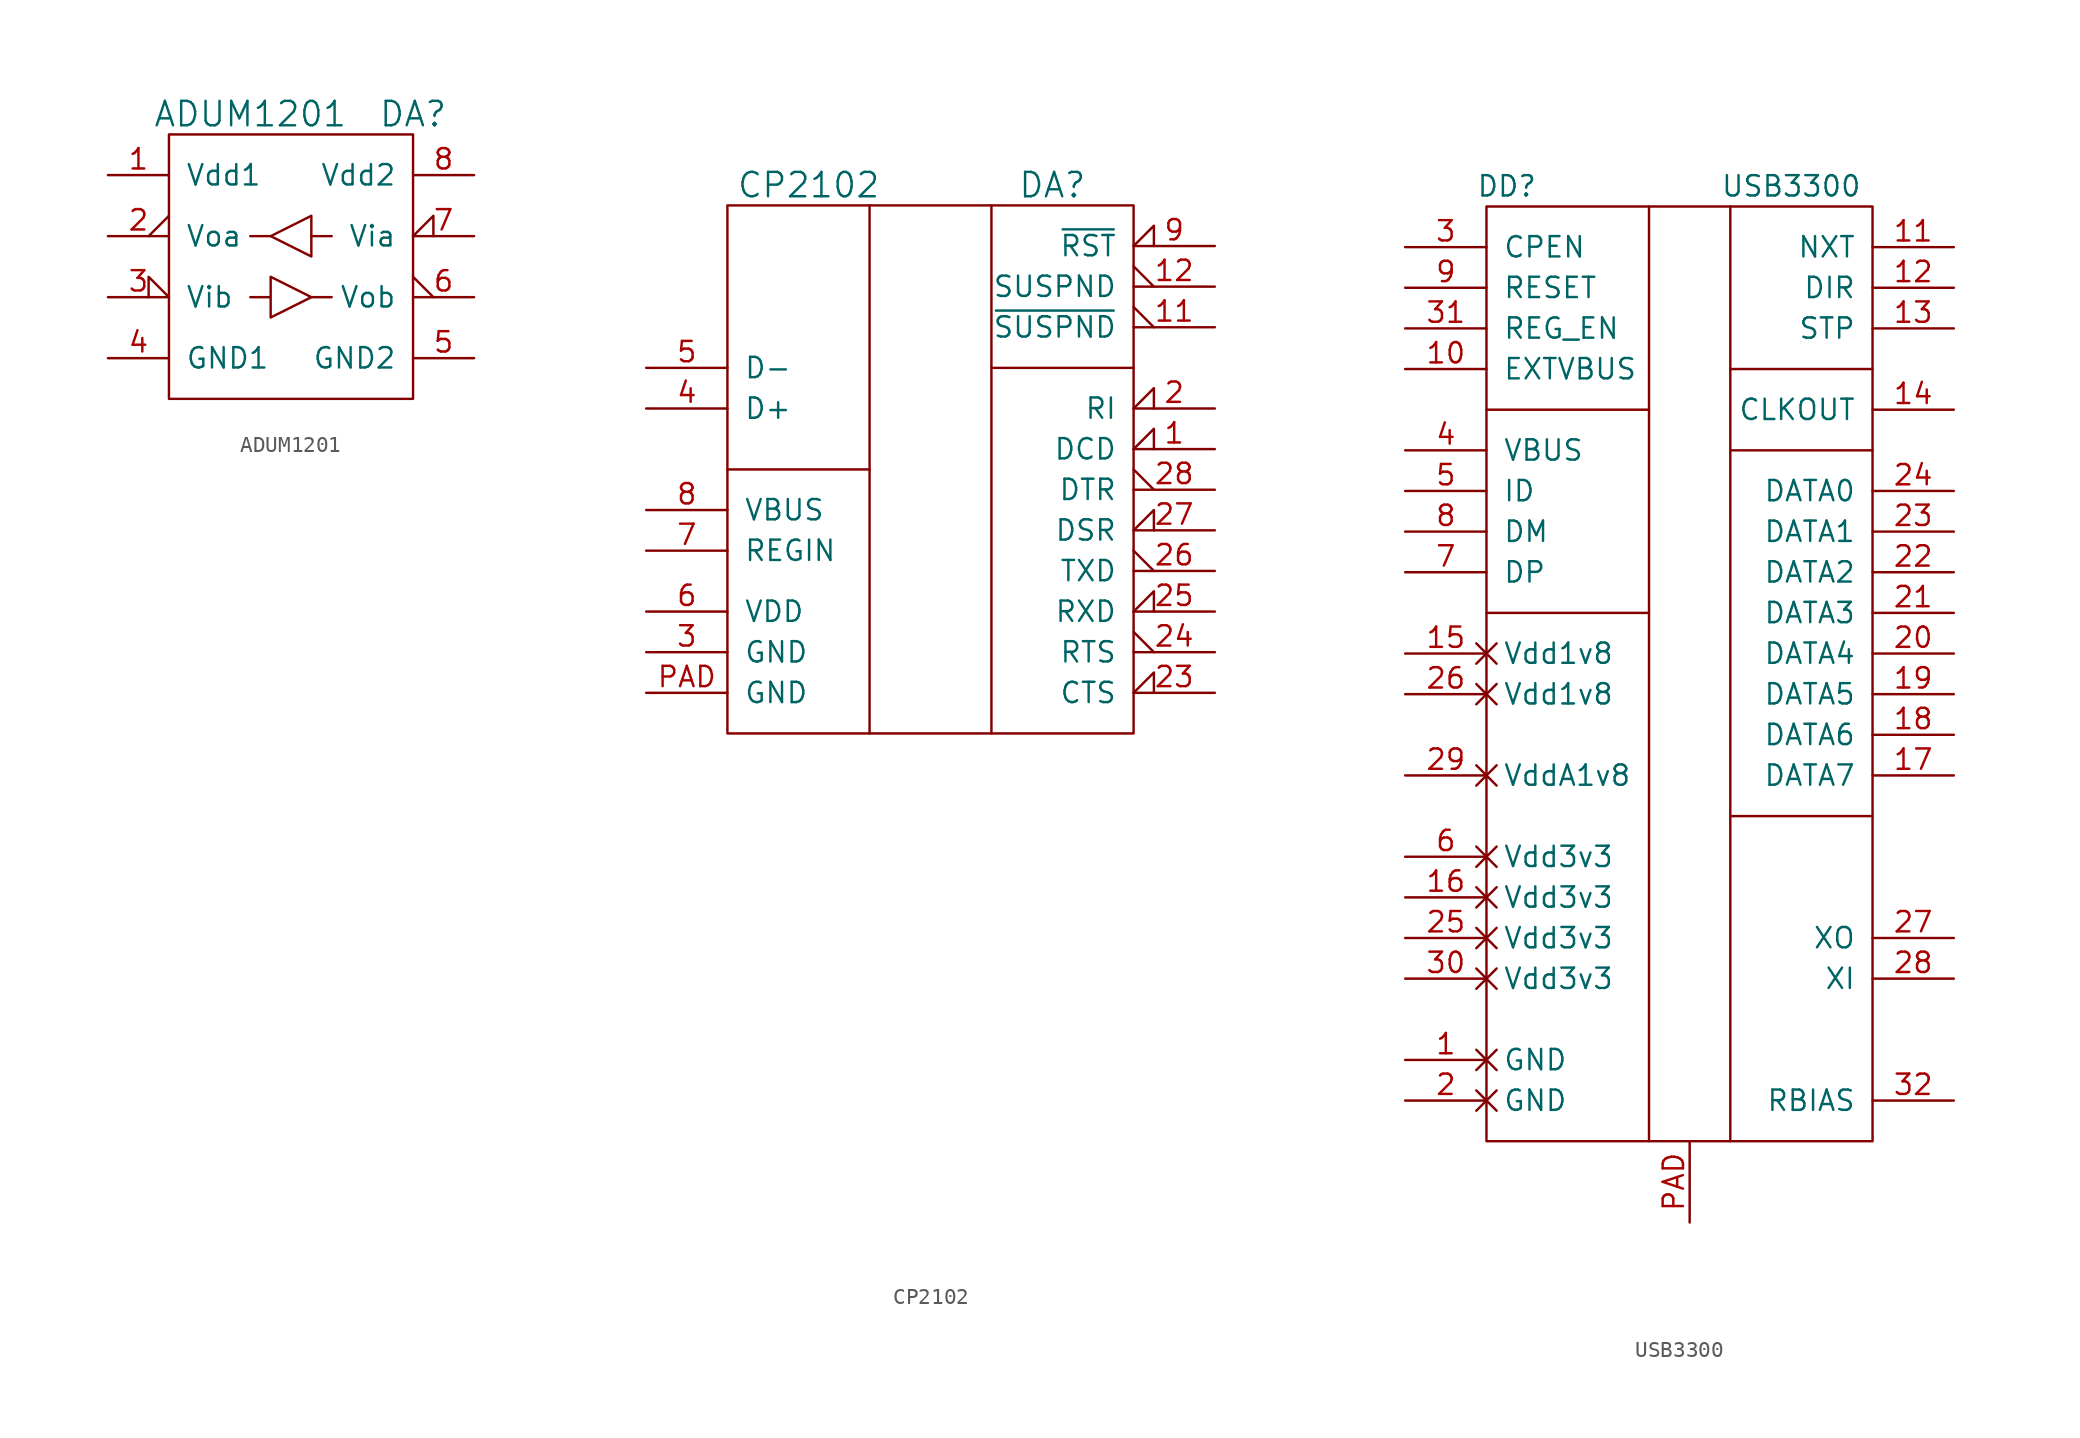
<source format=kicad_sym>
(kicad_symbol_lib
  (version 20231120)
  (generator "kicad_symbol_editor")
  (generator_version "8.0")
  (symbol "ADUM1201"
    (pin_names
      (offset 1.016))
    (property "Reference" "DA"
      (at 7.62 8.89 0)
      (effects (font (size 1.524 1.524))))
    (property "Value" "ADUM1201"
      (at -2.54 8.89 0)
      (effects (font (size 1.524 1.524))))
    (property "Footprint" ""
      (at 0 -1.27 0)
      (effects (font (size 1.524 1.524))))
    (property "Datasheet" ""
      (at 0 -1.27 0)
      (effects (font (size 1.524 1.524))))
    (symbol "ADUM1201_0_1"
      (rectangle (start -7.62 7.62) (end 7.62 -8.89) (stroke (width 0) (type default)) (fill (type none)))
      (polyline (pts (xy -1.27 1.27) (xy -2.54 1.27)) (stroke (width 0) (type default)) (fill (type none)))
      (polyline (pts (xy 1.27 -2.54) (xy 2.54 -2.54)) (stroke (width 0) (type default)) (fill (type none)))
      (polyline (pts (xy 1.27 1.27) (xy 2.54 1.27)) (stroke (width 0) (type default)) (fill (type none)))
      (polyline (pts (xy 1.27 2.54) (xy 1.27 0) (xy -1.27 1.27) (xy 1.27 2.54)) (stroke (width 0) (type default)) (fill (type none)))
      (polyline (pts (xy -2.54 -2.54) (xy -1.27 -2.54) (xy -1.27 -1.27) (xy 1.27 -2.54) (xy -1.27 -3.81) (xy -1.27 -2.54)) (stroke (width 0) (type default)) (fill (type none))))
    (symbol "ADUM1201_1_1"
      (pin power_in line (at -11.43 5.08 0) (length 3.81) (name "Vdd1" (effects (font (size 1.27 1.27)))) (number "1" (effects (font (size 1.27 1.27)))))
      (pin passive output_low (at -11.43 1.27 0) (length 3.81) (name "Voa" (effects (font (size 1.27 1.27)))) (number "2" (effects (font (size 1.27 1.27)))))
      (pin passive input_low (at -11.43 -2.54 0) (length 3.81) (name "Vib" (effects (font (size 1.27 1.27)))) (number "3" (effects (font (size 1.27 1.27)))))
      (pin power_in line (at -11.43 -6.35 0) (length 3.81) (name "GND1" (effects (font (size 1.27 1.27)))) (number "4" (effects (font (size 1.27 1.27)))))
      (pin power_in line (at 11.43 -6.35 180) (length 3.81) (name "GND2" (effects (font (size 1.27 1.27)))) (number "5" (effects (font (size 1.27 1.27)))))
      (pin passive output_low (at 11.43 -2.54 180) (length 3.81) (name "Vob" (effects (font (size 1.27 1.27)))) (number "6" (effects (font (size 1.27 1.27)))))
      (pin passive input_low (at 11.43 1.27 180) (length 3.81) (name "Via" (effects (font (size 1.27 1.27)))) (number "7" (effects (font (size 1.27 1.27)))))
      (pin power_in line (at 11.43 5.08 180) (length 3.81) (name "Vdd2" (effects (font (size 1.27 1.27)))) (number "8" (effects (font (size 1.27 1.27)))))))
  (symbol "CP2102"
    (pin_names
      (offset 1.016))
    (property "Reference" "DA"
      (at 7.62 16.51 0)
      (effects (font (size 1.524 1.524))))
    (property "Value" "CP2102"
      (at -7.62 16.51 0)
      (effects (font (size 1.524 1.524))))
    (property "Footprint" ""
      (at -2.54 -11.43 0)
      (effects (font (size 1.524 1.524))))
    (property "Datasheet" ""
      (at -2.54 -11.43 0)
      (effects (font (size 1.524 1.524))))
    (symbol "CP2102_0_1"
      (polyline (pts (xy -12.7 -1.27) (xy -3.81 -1.27)) (stroke (width 0) (type default)) (fill (type none)))
      (polyline (pts (xy -3.81 15.24) (xy -3.81 -17.78)) (stroke (width 0) (type default)) (fill (type none)))
      (polyline (pts (xy 3.81 15.24) (xy 3.81 -17.78)) (stroke (width 0) (type default)) (fill (type none)))
      (polyline (pts (xy 12.7 5.08) (xy 3.81 5.08)) (stroke (width 0) (type default)) (fill (type none)))
      (rectangle (start 12.7 -17.78) (end -12.7 15.24) (stroke (width 0) (type default)) (fill (type none))))
    (symbol "CP2102_1_1"
      (pin passive input_low (at 17.78 0 180) (length 5.08) (name "DCD" (effects (font (size 1.27 1.27)))) (number "1" (effects (font (size 1.27 1.27)))))
      (pin no_connect line (at 6.35 -20.32 180) (length 5.08) hide (name "NC" (effects (font (size 1.27 1.27)))) (number "10" (effects (font (size 1.27 1.27)))))
      (pin passive output_low (at 17.78 7.62 180) (length 5.08) (name "~{SUSPND}" (effects (font (size 1.27 1.27)))) (number "11" (effects (font (size 1.27 1.27)))))
      (pin passive output_low (at 17.78 10.16 180) (length 5.08) (name "SUSPND" (effects (font (size 1.27 1.27)))) (number "12" (effects (font (size 1.27 1.27)))))
      (pin no_connect line (at 6.35 -22.86 180) (length 5.08) hide (name "NC" (effects (font (size 1.27 1.27)))) (number "13" (effects (font (size 1.27 1.27)))))
      (pin no_connect line (at 6.35 -25.4 180) (length 5.08) hide (name "NC" (effects (font (size 1.27 1.27)))) (number "14" (effects (font (size 1.27 1.27)))))
      (pin no_connect line (at 6.35 -27.94 180) (length 5.08) hide (name "NC" (effects (font (size 1.27 1.27)))) (number "15" (effects (font (size 1.27 1.27)))))
      (pin no_connect line (at 6.35 -30.48 180) (length 5.08) hide (name "NC" (effects (font (size 1.27 1.27)))) (number "16" (effects (font (size 1.27 1.27)))))
      (pin no_connect line (at 6.35 -33.02 180) (length 5.08) hide (name "NC" (effects (font (size 1.27 1.27)))) (number "17" (effects (font (size 1.27 1.27)))))
      (pin no_connect line (at 6.35 -35.56 180) (length 5.08) hide (name "NC" (effects (font (size 1.27 1.27)))) (number "18" (effects (font (size 1.27 1.27)))))
      (pin no_connect line (at 6.35 -38.1 180) (length 5.08) hide (name "NC" (effects (font (size 1.27 1.27)))) (number "19" (effects (font (size 1.27 1.27)))))
      (pin passive input_low (at 17.78 2.54 180) (length 5.08) (name "RI" (effects (font (size 1.27 1.27)))) (number "2" (effects (font (size 1.27 1.27)))))
      (pin no_connect line (at 6.35 -40.64 180) (length 5.08) hide (name "NC" (effects (font (size 1.27 1.27)))) (number "20" (effects (font (size 1.27 1.27)))))
      (pin no_connect line (at 6.35 -43.18 180) (length 5.08) hide (name "NC" (effects (font (size 1.27 1.27)))) (number "21" (effects (font (size 1.27 1.27)))))
      (pin no_connect line (at 6.35 -45.72 180) (length 5.08) hide (name "NC" (effects (font (size 1.27 1.27)))) (number "22" (effects (font (size 1.27 1.27)))))
      (pin passive input_low (at 17.78 -15.24 180) (length 5.08) (name "CTS" (effects (font (size 1.27 1.27)))) (number "23" (effects (font (size 1.27 1.27)))))
      (pin passive output_low (at 17.78 -12.7 180) (length 5.08) (name "RTS" (effects (font (size 1.27 1.27)))) (number "24" (effects (font (size 1.27 1.27)))))
      (pin passive input_low (at 17.78 -10.16 180) (length 5.08) (name "RXD" (effects (font (size 1.27 1.27)))) (number "25" (effects (font (size 1.27 1.27)))))
      (pin passive output_low (at 17.78 -7.62 180) (length 5.08) (name "TXD" (effects (font (size 1.27 1.27)))) (number "26" (effects (font (size 1.27 1.27)))))
      (pin passive input_low (at 17.78 -5.08 180) (length 5.08) (name "DSR" (effects (font (size 1.27 1.27)))) (number "27" (effects (font (size 1.27 1.27)))))
      (pin passive output_low (at 17.78 -2.54 180) (length 5.08) (name "DTR" (effects (font (size 1.27 1.27)))) (number "28" (effects (font (size 1.27 1.27)))))
      (pin power_in line (at -17.78 -12.7 0) (length 5.08) (name "GND" (effects (font (size 1.27 1.27)))) (number "3" (effects (font (size 1.27 1.27)))))
      (pin passive line (at -17.78 2.54 0) (length 5.08) (name "D+" (effects (font (size 1.27 1.27)))) (number "4" (effects (font (size 1.27 1.27)))))
      (pin passive line (at -17.78 5.08 0) (length 5.08) (name "D-" (effects (font (size 1.27 1.27)))) (number "5" (effects (font (size 1.27 1.27)))))
      (pin passive line (at -17.78 -10.16 0) (length 5.08) (name "VDD" (effects (font (size 1.27 1.27)))) (number "6" (effects (font (size 1.27 1.27)))))
      (pin power_in line (at -17.78 -6.35 0) (length 5.08) (name "REGIN" (effects (font (size 1.27 1.27)))) (number "7" (effects (font (size 1.27 1.27)))))
      (pin power_in line (at -17.78 -3.81 0) (length 5.08) (name "VBUS" (effects (font (size 1.27 1.27)))) (number "8" (effects (font (size 1.27 1.27)))))
      (pin input input_low (at 17.78 12.7 180) (length 5.08) (name "~{RST}" (effects (font (size 1.27 1.27)))) (number "9" (effects (font (size 1.27 1.27)))))
      (pin power_in line (at -17.78 -15.24 0) (length 5.08) (name "GND" (effects (font (size 1.27 1.27)))) (number "PAD" (effects (font (size 1.27 1.27)))))))
  (symbol "USB3300"
    (pin_names
      (offset 1.016))
    (property "Reference" "DD"
      (at -10.16 15.24 0)
      (effects (font (size 1.27 1.27))))
    (property "Value" "USB3300"
      (at 7.62 15.24 0)
      (effects (font (size 1.27 1.27))))
    (symbol "USB3300_0_1"
      (rectangle (start -11.43 13.97) (end 12.7 -44.45) (stroke (width 0) (type default)) (fill (type none)))
      (polyline (pts (xy -11.43 -11.43) (xy -1.27 -11.43)) (stroke (width 0) (type default)) (fill (type none)))
      (polyline (pts (xy -11.43 1.27) (xy -1.27 1.27)) (stroke (width 0) (type default)) (fill (type none)))
      (polyline (pts (xy -1.27 13.97) (xy -1.27 -44.45)) (stroke (width 0) (type default)) (fill (type none)))
      (polyline (pts (xy 3.81 -24.13) (xy 12.7 -24.13)) (stroke (width 0) (type default)) (fill (type none)))
      (polyline (pts (xy 3.81 -1.27) (xy 12.7 -1.27)) (stroke (width 0) (type default)) (fill (type none)))
      (polyline (pts (xy 3.81 3.81) (xy 12.7 3.81)) (stroke (width 0) (type default)) (fill (type none)))
      (polyline (pts (xy 3.81 13.97) (xy 3.81 -44.45)) (stroke (width 0) (type default)) (fill (type none))))
    (symbol "USB3300_1_1"
      (pin power_in non_logic (at -16.51 -39.37 0) (length 5.08) (name "GND" (effects (font (size 1.27 1.27)))) (number "1" (effects (font (size 1.27 1.27)))))
      (pin passive line (at -16.51 3.81 0) (length 5.08) (name "EXTVBUS" (effects (font (size 1.27 1.27)))) (number "10" (effects (font (size 1.27 1.27)))))
      (pin passive line (at 17.78 11.43 180) (length 5.08) (name "NXT" (effects (font (size 1.27 1.27)))) (number "11" (effects (font (size 1.27 1.27)))))
      (pin passive line (at 17.78 8.89 180) (length 5.08) (name "DIR" (effects (font (size 1.27 1.27)))) (number "12" (effects (font (size 1.27 1.27)))))
      (pin passive line (at 17.78 6.35 180) (length 5.08) (name "STP" (effects (font (size 1.27 1.27)))) (number "13" (effects (font (size 1.27 1.27)))))
      (pin passive line (at 17.78 1.27 180) (length 5.08) (name "CLKOUT" (effects (font (size 1.27 1.27)))) (number "14" (effects (font (size 1.27 1.27)))))
      (pin power_out non_logic (at -16.51 -13.97 0) (length 5.08) (name "Vdd1v8" (effects (font (size 1.27 1.27)))) (number "15" (effects (font (size 1.27 1.27)))))
      (pin power_in non_logic (at -16.51 -29.21 0) (length 5.08) (name "Vdd3v3" (effects (font (size 1.27 1.27)))) (number "16" (effects (font (size 1.27 1.27)))))
      (pin passive line (at 17.78 -21.59 180) (length 5.08) (name "DATA7" (effects (font (size 1.27 1.27)))) (number "17" (effects (font (size 1.27 1.27)))))
      (pin passive line (at 17.78 -19.05 180) (length 5.08) (name "DATA6" (effects (font (size 1.27 1.27)))) (number "18" (effects (font (size 1.27 1.27)))))
      (pin passive line (at 17.78 -16.51 180) (length 5.08) (name "DATA5" (effects (font (size 1.27 1.27)))) (number "19" (effects (font (size 1.27 1.27)))))
      (pin power_in non_logic (at -16.51 -41.91 0) (length 5.08) (name "GND" (effects (font (size 1.27 1.27)))) (number "2" (effects (font (size 1.27 1.27)))))
      (pin passive line (at 17.78 -13.97 180) (length 5.08) (name "DATA4" (effects (font (size 1.27 1.27)))) (number "20" (effects (font (size 1.27 1.27)))))
      (pin passive line (at 17.78 -11.43 180) (length 5.08) (name "DATA3" (effects (font (size 1.27 1.27)))) (number "21" (effects (font (size 1.27 1.27)))))
      (pin passive line (at 17.78 -8.89 180) (length 5.08) (name "DATA2" (effects (font (size 1.27 1.27)))) (number "22" (effects (font (size 1.27 1.27)))))
      (pin passive line (at 17.78 -6.35 180) (length 5.08) (name "DATA1" (effects (font (size 1.27 1.27)))) (number "23" (effects (font (size 1.27 1.27)))))
      (pin passive line (at 17.78 -3.81 180) (length 5.08) (name "DATA0" (effects (font (size 1.27 1.27)))) (number "24" (effects (font (size 1.27 1.27)))))
      (pin power_in non_logic (at -16.51 -31.75 0) (length 5.08) (name "Vdd3v3" (effects (font (size 1.27 1.27)))) (number "25" (effects (font (size 1.27 1.27)))))
      (pin power_out non_logic (at -16.51 -16.51 0) (length 5.08) (name "Vdd1v8" (effects (font (size 1.27 1.27)))) (number "26" (effects (font (size 1.27 1.27)))))
      (pin passive line (at 17.78 -31.75 180) (length 5.08) (name "XO" (effects (font (size 1.27 1.27)))) (number "27" (effects (font (size 1.27 1.27)))))
      (pin passive line (at 17.78 -34.29 180) (length 5.08) (name "XI" (effects (font (size 1.27 1.27)))) (number "28" (effects (font (size 1.27 1.27)))))
      (pin power_out non_logic (at -16.51 -21.59 0) (length 5.08) (name "VddA1v8" (effects (font (size 1.27 1.27)))) (number "29" (effects (font (size 1.27 1.27)))))
      (pin passive line (at -16.51 11.43 0) (length 5.08) (name "CPEN" (effects (font (size 1.27 1.27)))) (number "3" (effects (font (size 1.27 1.27)))))
      (pin power_in non_logic (at -16.51 -34.29 0) (length 5.08) (name "Vdd3v3" (effects (font (size 1.27 1.27)))) (number "30" (effects (font (size 1.27 1.27)))))
      (pin passive line (at -16.51 6.35 0) (length 5.08) (name "REG_EN" (effects (font (size 1.27 1.27)))) (number "31" (effects (font (size 1.27 1.27)))))
      (pin passive line (at 17.78 -41.91 180) (length 5.08) (name "RBIAS" (effects (font (size 1.27 1.27)))) (number "32" (effects (font (size 1.27 1.27)))))
      (pin passive line (at -16.51 -1.27 0) (length 5.08) (name "VBUS" (effects (font (size 1.27 1.27)))) (number "4" (effects (font (size 1.27 1.27)))))
      (pin passive line (at -16.51 -3.81 0) (length 5.08) (name "ID" (effects (font (size 1.27 1.27)))) (number "5" (effects (font (size 1.27 1.27)))))
      (pin power_in non_logic (at -16.51 -26.67 0) (length 5.08) (name "Vdd3v3" (effects (font (size 1.27 1.27)))) (number "6" (effects (font (size 1.27 1.27)))))
      (pin passive line (at -16.51 -8.89 0) (length 5.08) (name "DP" (effects (font (size 1.27 1.27)))) (number "7" (effects (font (size 1.27 1.27)))))
      (pin passive line (at -16.51 -6.35 0) (length 5.08) (name "DM" (effects (font (size 1.27 1.27)))) (number "8" (effects (font (size 1.27 1.27)))))
      (pin passive line (at -16.51 8.89 0) (length 5.08) (name "RESET" (effects (font (size 1.27 1.27)))) (number "9" (effects (font (size 1.27 1.27)))))
      (pin passive line (at 1.27 -49.53 90) (length 5.08) (name "~" (effects (font (size 1.27 1.27)))) (number "PAD" (effects (font (size 1.27 1.27))))))))
</source>
